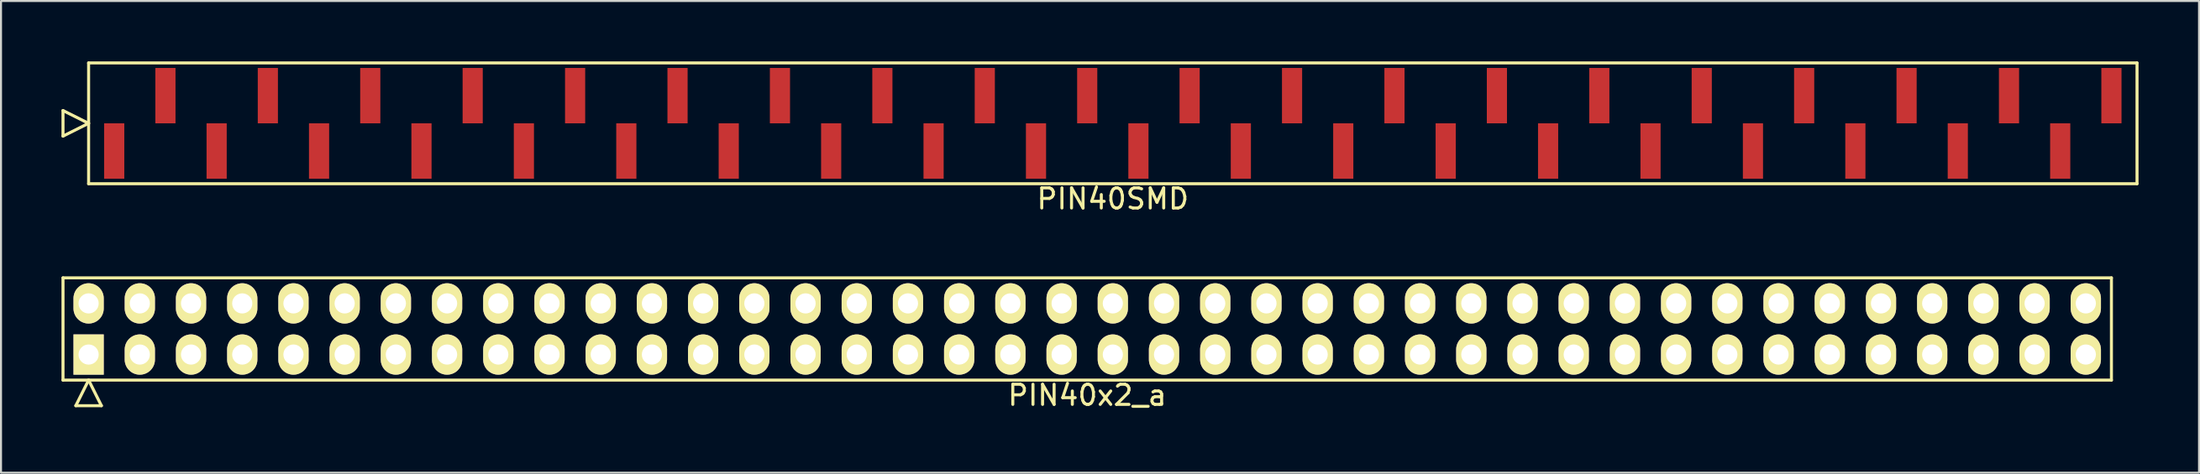
<source format=kicad_pcb>
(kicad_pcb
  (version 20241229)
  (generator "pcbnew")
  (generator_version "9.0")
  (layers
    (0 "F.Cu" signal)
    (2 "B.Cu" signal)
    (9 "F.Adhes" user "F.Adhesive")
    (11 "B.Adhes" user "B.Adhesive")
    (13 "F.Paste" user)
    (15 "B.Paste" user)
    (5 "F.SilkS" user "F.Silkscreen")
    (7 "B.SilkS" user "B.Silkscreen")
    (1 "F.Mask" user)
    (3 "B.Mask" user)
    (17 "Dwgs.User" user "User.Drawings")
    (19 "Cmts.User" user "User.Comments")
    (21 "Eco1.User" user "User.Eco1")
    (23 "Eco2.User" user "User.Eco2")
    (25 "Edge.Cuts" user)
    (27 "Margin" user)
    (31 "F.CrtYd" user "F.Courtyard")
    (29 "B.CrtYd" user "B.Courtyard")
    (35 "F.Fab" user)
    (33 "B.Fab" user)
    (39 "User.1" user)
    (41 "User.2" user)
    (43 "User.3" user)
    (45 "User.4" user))
  (footprint "PIN40x2_a"
    (layer "F.Cu")
    (at 50.875 13.288)
    (property "Reference" "PIN40x2_a" (at 0 3.29 0) (layer "F.SilkS") (effects (font (size 1 1) (thickness 0.15))))
    (attr through_hole)
    (fp_line (start -50.8 -2.54) (end -50.8 2.54) (stroke (width 0.15) (type solid)) (layer "F.SilkS"))
    (fp_line (start -50.8 2.54) (end 50.8 2.54) (stroke (width 0.15) (type solid)) (layer "F.SilkS"))
    (fp_line (start -50.165 3.81) (end -49.53 2.54) (stroke (width 0.15) (type solid)) (layer "F.SilkS"))
    (fp_line (start -50.165 3.81) (end -48.895 3.81) (stroke (width 0.15) (type solid)) (layer "F.SilkS"))
    (fp_line (start -48.895 3.81) (end -49.53 2.54) (stroke (width 0.15) (type solid)) (layer "F.SilkS"))
    (fp_line (start 50.8 -2.54) (end -50.8 -2.54) (stroke (width 0.15) (type solid)) (layer "F.SilkS"))
    (fp_line (start 50.8 2.54) (end 50.8 -2.54) (stroke (width 0.15) (type solid)) (layer "F.SilkS"))
    (pad "1" thru_hole rect (at -49.53 1.27) (size 1.5 2) (drill 1) (layers "*.Cu" "*.Mask" "F.SilkS"))
    (pad "2" thru_hole oval (at -49.53 -1.27) (size 1.5 2) (drill 1) (layers "*.Cu" "*.Mask" "F.SilkS"))
    (pad "3" thru_hole oval (at -46.99 1.27) (size 1.5 2) (drill 1) (layers "*.Cu" "*.Mask" "F.SilkS"))
    (pad "4" thru_hole oval (at -46.99 -1.27) (size 1.5 2) (drill 1) (layers "*.Cu" "*.Mask" "F.SilkS"))
    (pad "5" thru_hole oval (at -44.45 1.27) (size 1.5 2) (drill 1) (layers "*.Cu" "*.Mask" "F.SilkS"))
    (pad "6" thru_hole oval (at -44.45 -1.27) (size 1.5 2) (drill 1) (layers "*.Cu" "*.Mask" "F.SilkS"))
    (pad "7" thru_hole oval (at -41.91 1.27) (size 1.5 2) (drill 1) (layers "*.Cu" "*.Mask" "F.SilkS"))
    (pad "8" thru_hole oval (at -41.91 -1.27) (size 1.5 2) (drill 1) (layers "*.Cu" "*.Mask" "F.SilkS"))
    (pad "9" thru_hole oval (at -39.37 1.27) (size 1.5 2) (drill 1) (layers "*.Cu" "*.Mask" "F.SilkS"))
    (pad "10" thru_hole oval (at -39.37 -1.27) (size 1.5 2) (drill 1) (layers "*.Cu" "*.Mask" "F.SilkS"))
    (pad "11" thru_hole oval (at -36.83 1.27) (size 1.5 2) (drill 1) (layers "*.Cu" "*.Mask" "F.SilkS"))
    (pad "12" thru_hole oval (at -36.83 -1.27) (size 1.5 2) (drill 1) (layers "*.Cu" "*.Mask" "F.SilkS"))
    (pad "13" thru_hole oval (at -34.29 1.27) (size 1.5 2) (drill 1) (layers "*.Cu" "*.Mask" "F.SilkS"))
    (pad "14" thru_hole oval (at -34.29 -1.27) (size 1.5 2) (drill 1) (layers "*.Cu" "*.Mask" "F.SilkS"))
    (pad "15" thru_hole oval (at -31.75 1.27) (size 1.5 2) (drill 1) (layers "*.Cu" "*.Mask" "F.SilkS"))
    (pad "16" thru_hole oval (at -31.75 -1.27) (size 1.5 2) (drill 1) (layers "*.Cu" "*.Mask" "F.SilkS"))
    (pad "17" thru_hole oval (at -29.21 1.27) (size 1.5 2) (drill 1) (layers "*.Cu" "*.Mask" "F.SilkS"))
    (pad "18" thru_hole oval (at -29.21 -1.27) (size 1.5 2) (drill 1) (layers "*.Cu" "*.Mask" "F.SilkS"))
    (pad "19" thru_hole oval (at -26.67 1.27) (size 1.5 2) (drill 1) (layers "*.Cu" "*.Mask" "F.SilkS"))
    (pad "20" thru_hole oval (at -26.67 -1.27) (size 1.5 2) (drill 1) (layers "*.Cu" "*.Mask" "F.SilkS"))
    (pad "21" thru_hole oval (at -24.13 1.27) (size 1.5 2) (drill 1) (layers "*.Cu" "*.Mask" "F.SilkS"))
    (pad "22" thru_hole oval (at -24.13 -1.27) (size 1.5 2) (drill 1) (layers "*.Cu" "*.Mask" "F.SilkS"))
    (pad "23" thru_hole oval (at -21.59 1.27) (size 1.5 2) (drill 1) (layers "*.Cu" "*.Mask" "F.SilkS"))
    (pad "24" thru_hole oval (at -21.59 -1.27) (size 1.5 2) (drill 1) (layers "*.Cu" "*.Mask" "F.SilkS"))
    (pad "25" thru_hole oval (at -19.05 1.27) (size 1.5 2) (drill 1) (layers "*.Cu" "*.Mask" "F.SilkS"))
    (pad "26" thru_hole oval (at -19.05 -1.27) (size 1.5 2) (drill 1) (layers "*.Cu" "*.Mask" "F.SilkS"))
    (pad "27" thru_hole oval (at -16.51 1.27) (size 1.5 2) (drill 1) (layers "*.Cu" "*.Mask" "F.SilkS"))
    (pad "28" thru_hole oval (at -16.51 -1.27) (size 1.5 2) (drill 1) (layers "*.Cu" "*.Mask" "F.SilkS"))
    (pad "29" thru_hole oval (at -13.97 1.27) (size 1.5 2) (drill 1) (layers "*.Cu" "*.Mask" "F.SilkS"))
    (pad "30" thru_hole oval (at -13.97 -1.27) (size 1.5 2) (drill 1) (layers "*.Cu" "*.Mask" "F.SilkS"))
    (pad "31" thru_hole oval (at -11.43 1.27) (size 1.5 2) (drill 1) (layers "*.Cu" "*.Mask" "F.SilkS"))
    (pad "32" thru_hole oval (at -11.43 -1.27) (size 1.5 2) (drill 1) (layers "*.Cu" "*.Mask" "F.SilkS"))
    (pad "33" thru_hole oval (at -8.89 1.27) (size 1.5 2) (drill 1) (layers "*.Cu" "*.Mask" "F.SilkS"))
    (pad "34" thru_hole oval (at -8.89 -1.27) (size 1.5 2) (drill 1) (layers "*.Cu" "*.Mask" "F.SilkS"))
    (pad "35" thru_hole oval (at -6.35 1.27) (size 1.5 2) (drill 1) (layers "*.Cu" "*.Mask" "F.SilkS"))
    (pad "36" thru_hole oval (at -6.35 -1.27) (size 1.5 2) (drill 1) (layers "*.Cu" "*.Mask" "F.SilkS"))
    (pad "37" thru_hole oval (at -3.81 1.27) (size 1.5 2) (drill 1) (layers "*.Cu" "*.Mask" "F.SilkS"))
    (pad "38" thru_hole oval (at -3.81 -1.27) (size 1.5 2) (drill 1) (layers "*.Cu" "*.Mask" "F.SilkS"))
    (pad "39" thru_hole oval (at -1.27 1.27) (size 1.5 2) (drill 1) (layers "*.Cu" "*.Mask" "F.SilkS"))
    (pad "40" thru_hole oval (at -1.27 -1.27) (size 1.5 2) (drill 1) (layers "*.Cu" "*.Mask" "F.SilkS"))
    (pad "41" thru_hole oval (at 1.27 1.27) (size 1.5 2) (drill 1) (layers "*.Cu" "*.Mask" "F.SilkS"))
    (pad "42" thru_hole oval (at 1.27 -1.27) (size 1.5 2) (drill 1) (layers "*.Cu" "*.Mask" "F.SilkS"))
    (pad "43" thru_hole oval (at 3.81 1.27) (size 1.5 2) (drill 1) (layers "*.Cu" "*.Mask" "F.SilkS"))
    (pad "44" thru_hole oval (at 3.81 -1.27) (size 1.5 2) (drill 1) (layers "*.Cu" "*.Mask" "F.SilkS"))
    (pad "45" thru_hole oval (at 6.35 1.27) (size 1.5 2) (drill 1) (layers "*.Cu" "*.Mask" "F.SilkS"))
    (pad "46" thru_hole oval (at 6.35 -1.27) (size 1.5 2) (drill 1) (layers "*.Cu" "*.Mask" "F.SilkS"))
    (pad "47" thru_hole oval (at 8.89 1.27) (size 1.5 2) (drill 1) (layers "*.Cu" "*.Mask" "F.SilkS"))
    (pad "48" thru_hole oval (at 8.89 -1.27) (size 1.5 2) (drill 1) (layers "*.Cu" "*.Mask" "F.SilkS"))
    (pad "49" thru_hole oval (at 11.43 1.27) (size 1.5 2) (drill 1) (layers "*.Cu" "*.Mask" "F.SilkS"))
    (pad "50" thru_hole oval (at 11.43 -1.27) (size 1.5 2) (drill 1) (layers "*.Cu" "*.Mask" "F.SilkS"))
    (pad "51" thru_hole oval (at 13.97 1.27) (size 1.5 2) (drill 1) (layers "*.Cu" "*.Mask" "F.SilkS"))
    (pad "52" thru_hole oval (at 13.97 -1.27) (size 1.5 2) (drill 1) (layers "*.Cu" "*.Mask" "F.SilkS"))
    (pad "53" thru_hole oval (at 16.51 1.27) (size 1.5 2) (drill 1) (layers "*.Cu" "*.Mask" "F.SilkS"))
    (pad "54" thru_hole oval (at 16.51 -1.27) (size 1.5 2) (drill 1) (layers "*.Cu" "*.Mask" "F.SilkS"))
    (pad "55" thru_hole oval (at 19.05 1.27) (size 1.5 2) (drill 1) (layers "*.Cu" "*.Mask" "F.SilkS"))
    (pad "56" thru_hole oval (at 19.05 -1.27) (size 1.5 2) (drill 1) (layers "*.Cu" "*.Mask" "F.SilkS"))
    (pad "57" thru_hole oval (at 21.59 1.27) (size 1.5 2) (drill 1) (layers "*.Cu" "*.Mask" "F.SilkS"))
    (pad "58" thru_hole oval (at 21.59 -1.27) (size 1.5 2) (drill 1) (layers "*.Cu" "*.Mask" "F.SilkS"))
    (pad "59" thru_hole oval (at 24.13 1.27) (size 1.5 2) (drill 1) (layers "*.Cu" "*.Mask" "F.SilkS"))
    (pad "60" thru_hole oval (at 24.13 -1.27) (size 1.5 2) (drill 1) (layers "*.Cu" "*.Mask" "F.SilkS"))
    (pad "61" thru_hole oval (at 26.67 1.27) (size 1.5 2) (drill 1) (layers "*.Cu" "*.Mask" "F.SilkS"))
    (pad "62" thru_hole oval (at 26.67 -1.27) (size 1.5 2) (drill 1) (layers "*.Cu" "*.Mask" "F.SilkS"))
    (pad "63" thru_hole oval (at 29.21 1.27) (size 1.5 2) (drill 1) (layers "*.Cu" "*.Mask" "F.SilkS"))
    (pad "64" thru_hole oval (at 29.21 -1.27) (size 1.5 2) (drill 1) (layers "*.Cu" "*.Mask" "F.SilkS"))
    (pad "65" thru_hole oval (at 31.75 1.27) (size 1.5 2) (drill 1) (layers "*.Cu" "*.Mask" "F.SilkS"))
    (pad "66" thru_hole oval (at 31.75 -1.27) (size 1.5 2) (drill 1) (layers "*.Cu" "*.Mask" "F.SilkS"))
    (pad "67" thru_hole oval (at 34.29 1.27) (size 1.5 2) (drill 1) (layers "*.Cu" "*.Mask" "F.SilkS"))
    (pad "68" thru_hole oval (at 34.29 -1.27) (size 1.5 2) (drill 1) (layers "*.Cu" "*.Mask" "F.SilkS"))
    (pad "69" thru_hole oval (at 36.83 1.27) (size 1.5 2) (drill 1) (layers "*.Cu" "*.Mask" "F.SilkS"))
    (pad "70" thru_hole oval (at 36.83 -1.27) (size 1.5 2) (drill 1) (layers "*.Cu" "*.Mask" "F.SilkS"))
    (pad "71" thru_hole oval (at 39.37 1.27) (size 1.5 2) (drill 1) (layers "*.Cu" "*.Mask" "F.SilkS"))
    (pad "72" thru_hole oval (at 39.37 -1.27) (size 1.5 2) (drill 1) (layers "*.Cu" "*.Mask" "F.SilkS"))
    (pad "73" thru_hole oval (at 41.91 1.27) (size 1.5 2) (drill 1) (layers "*.Cu" "*.Mask" "F.SilkS"))
    (pad "74" thru_hole oval (at 41.91 -1.27) (size 1.5 2) (drill 1) (layers "*.Cu" "*.Mask" "F.SilkS"))
    (pad "75" thru_hole oval (at 44.45 1.27) (size 1.5 2) (drill 1) (layers "*.Cu" "*.Mask" "F.SilkS"))
    (pad "76" thru_hole oval (at 44.45 -1.27) (size 1.5 2) (drill 1) (layers "*.Cu" "*.Mask" "F.SilkS"))
    (pad "77" thru_hole oval (at 46.99 1.27) (size 1.5 2) (drill 1) (layers "*.Cu" "*.Mask" "F.SilkS"))
    (pad "78" thru_hole oval (at 46.99 -1.27) (size 1.5 2) (drill 1) (layers "*.Cu" "*.Mask" "F.SilkS"))
    (pad "79" thru_hole oval (at 49.53 1.27) (size 1.5 2) (drill 1) (layers "*.Cu" "*.Mask" "F.SilkS"))
    (pad "80" thru_hole oval (at 49.53 -1.27) (size 1.5 2) (drill 1) (layers "*.Cu" "*.Mask" "F.SilkS")))
  (footprint "PIN40SMD"
    (layer "F.Cu")
    (at 52.145 3.075)
    (property "Reference" "PIN40SMD" (at 0 3.75 0) (layer "F.SilkS") (effects (font (size 1 1) (thickness 0.15))))
    (attr through_hole)
    (fp_line (start -52.07 0.635) (end -52.07 -0.635) (stroke (width 0.15) (type solid)) (layer "F.SilkS"))
    (fp_line (start -50.8 -3) (end -50.8 3) (stroke (width 0.15) (type solid)) (layer "F.SilkS"))
    (fp_line (start -50.8 0) (end -52.07 -0.635) (stroke (width 0.15) (type solid)) (layer "F.SilkS"))
    (fp_line (start -50.8 0) (end -52.07 0.635) (stroke (width 0.15) (type solid)) (layer "F.SilkS"))
    (fp_line (start -50.8 3) (end 50.8 3) (stroke (width 0.15) (type solid)) (layer "F.SilkS"))
    (fp_line (start 50.8 -3) (end -50.8 -3) (stroke (width 0.15) (type solid)) (layer "F.SilkS"))
    (fp_line (start 50.8 3) (end 50.8 -3) (stroke (width 0.15) (type solid)) (layer "F.SilkS"))
    (pad "1" smd rect (at -49.53 1.375) (size 1 2.75) (layers "F.Cu" "F.Mask" "F.Paste"))
    (pad "2" smd rect (at -46.99 -1.375) (size 1 2.75) (layers "F.Cu" "F.Mask" "F.Paste"))
    (pad "3" smd rect (at -44.45 1.375) (size 1 2.75) (layers "F.Cu" "F.Mask" "F.Paste"))
    (pad "4" smd rect (at -41.91 -1.375) (size 1 2.75) (layers "F.Cu" "F.Mask" "F.Paste"))
    (pad "5" smd rect (at -39.37 1.375) (size 1 2.75) (layers "F.Cu" "F.Mask" "F.Paste"))
    (pad "6" smd rect (at -36.83 -1.375) (size 1 2.75) (layers "F.Cu" "F.Mask" "F.Paste"))
    (pad "7" smd rect (at -34.29 1.375) (size 1 2.75) (layers "F.Cu" "F.Mask" "F.Paste"))
    (pad "8" smd rect (at -31.75 -1.375) (size 1 2.75) (layers "F.Cu" "F.Mask" "F.Paste"))
    (pad "9" smd rect (at -29.21 1.375) (size 1 2.75) (layers "F.Cu" "F.Mask" "F.Paste"))
    (pad "10" smd rect (at -26.67 -1.375) (size 1 2.75) (layers "F.Cu" "F.Mask" "F.Paste"))
    (pad "11" smd rect (at -24.13 1.375) (size 1 2.75) (layers "F.Cu" "F.Mask" "F.Paste"))
    (pad "12" smd rect (at -21.59 -1.375) (size 1 2.75) (layers "F.Cu" "F.Mask" "F.Paste"))
    (pad "13" smd rect (at -19.05 1.375) (size 1 2.75) (layers "F.Cu" "F.Mask" "F.Paste"))
    (pad "14" smd rect (at -16.51 -1.375) (size 1 2.75) (layers "F.Cu" "F.Mask" "F.Paste"))
    (pad "15" smd rect (at -13.97 1.375) (size 1 2.75) (layers "F.Cu" "F.Mask" "F.Paste"))
    (pad "16" smd rect (at -11.43 -1.375) (size 1 2.75) (layers "F.Cu" "F.Mask" "F.Paste"))
    (pad "17" smd rect (at -8.89 1.375) (size 1 2.75) (layers "F.Cu" "F.Mask" "F.Paste"))
    (pad "18" smd rect (at -6.35 -1.375) (size 1 2.75) (layers "F.Cu" "F.Mask" "F.Paste"))
    (pad "19" smd rect (at -3.81 1.375) (size 1 2.75) (layers "F.Cu" "F.Mask" "F.Paste"))
    (pad "20" smd rect (at -1.27 -1.375) (size 1 2.75) (layers "F.Cu" "F.Mask" "F.Paste"))
    (pad "21" smd rect (at 1.27 1.375) (size 1 2.75) (layers "F.Cu" "F.Mask" "F.Paste"))
    (pad "22" smd rect (at 3.81 -1.375) (size 1 2.75) (layers "F.Cu" "F.Mask" "F.Paste"))
    (pad "23" smd rect (at 6.35 1.375) (size 1 2.75) (layers "F.Cu" "F.Mask" "F.Paste"))
    (pad "24" smd rect (at 8.89 -1.375) (size 1 2.75) (layers "F.Cu" "F.Mask" "F.Paste"))
    (pad "25" smd rect (at 11.43 1.375) (size 1 2.75) (layers "F.Cu" "F.Mask" "F.Paste"))
    (pad "26" smd rect (at 13.97 -1.375) (size 1 2.75) (layers "F.Cu" "F.Mask" "F.Paste"))
    (pad "27" smd rect (at 16.51 1.375) (size 1 2.75) (layers "F.Cu" "F.Mask" "F.Paste"))
    (pad "28" smd rect (at 19.05 -1.375) (size 1 2.75) (layers "F.Cu" "F.Mask" "F.Paste"))
    (pad "29" smd rect (at 21.59 1.375) (size 1 2.75) (layers "F.Cu" "F.Mask" "F.Paste"))
    (pad "30" smd rect (at 24.13 -1.375) (size 1 2.75) (layers "F.Cu" "F.Mask" "F.Paste"))
    (pad "31" smd rect (at 26.67 1.375) (size 1 2.75) (layers "F.Cu" "F.Mask" "F.Paste"))
    (pad "32" smd rect (at 29.21 -1.375) (size 1 2.75) (layers "F.Cu" "F.Mask" "F.Paste"))
    (pad "33" smd rect (at 31.75 1.375) (size 1 2.75) (layers "F.Cu" "F.Mask" "F.Paste"))
    (pad "34" smd rect (at 34.29 -1.375) (size 1 2.75) (layers "F.Cu" "F.Mask" "F.Paste"))
    (pad "35" smd rect (at 36.83 1.375) (size 1 2.75) (layers "F.Cu" "F.Mask" "F.Paste"))
    (pad "36" smd rect (at 39.37 -1.375) (size 1 2.75) (layers "F.Cu" "F.Mask" "F.Paste"))
    (pad "37" smd rect (at 41.91 1.375) (size 1 2.75) (layers "F.Cu" "F.Mask" "F.Paste"))
    (pad "38" smd rect (at 44.45 -1.375) (size 1 2.75) (layers "F.Cu" "F.Mask" "F.Paste"))
    (pad "39" smd rect (at 46.99 1.375) (size 1 2.75) (layers "F.Cu" "F.Mask" "F.Paste"))
    (pad "40" smd rect (at 49.53 -1.375) (size 1 2.75) (layers "F.Cu" "F.Mask" "F.Paste")))
  (gr_rect
    (start -3 -3)
    (end 106.02 20.427)
    (stroke (width 0.1) (type default))
    (fill no)
    (layer "Edge.Cuts")))
</source>
